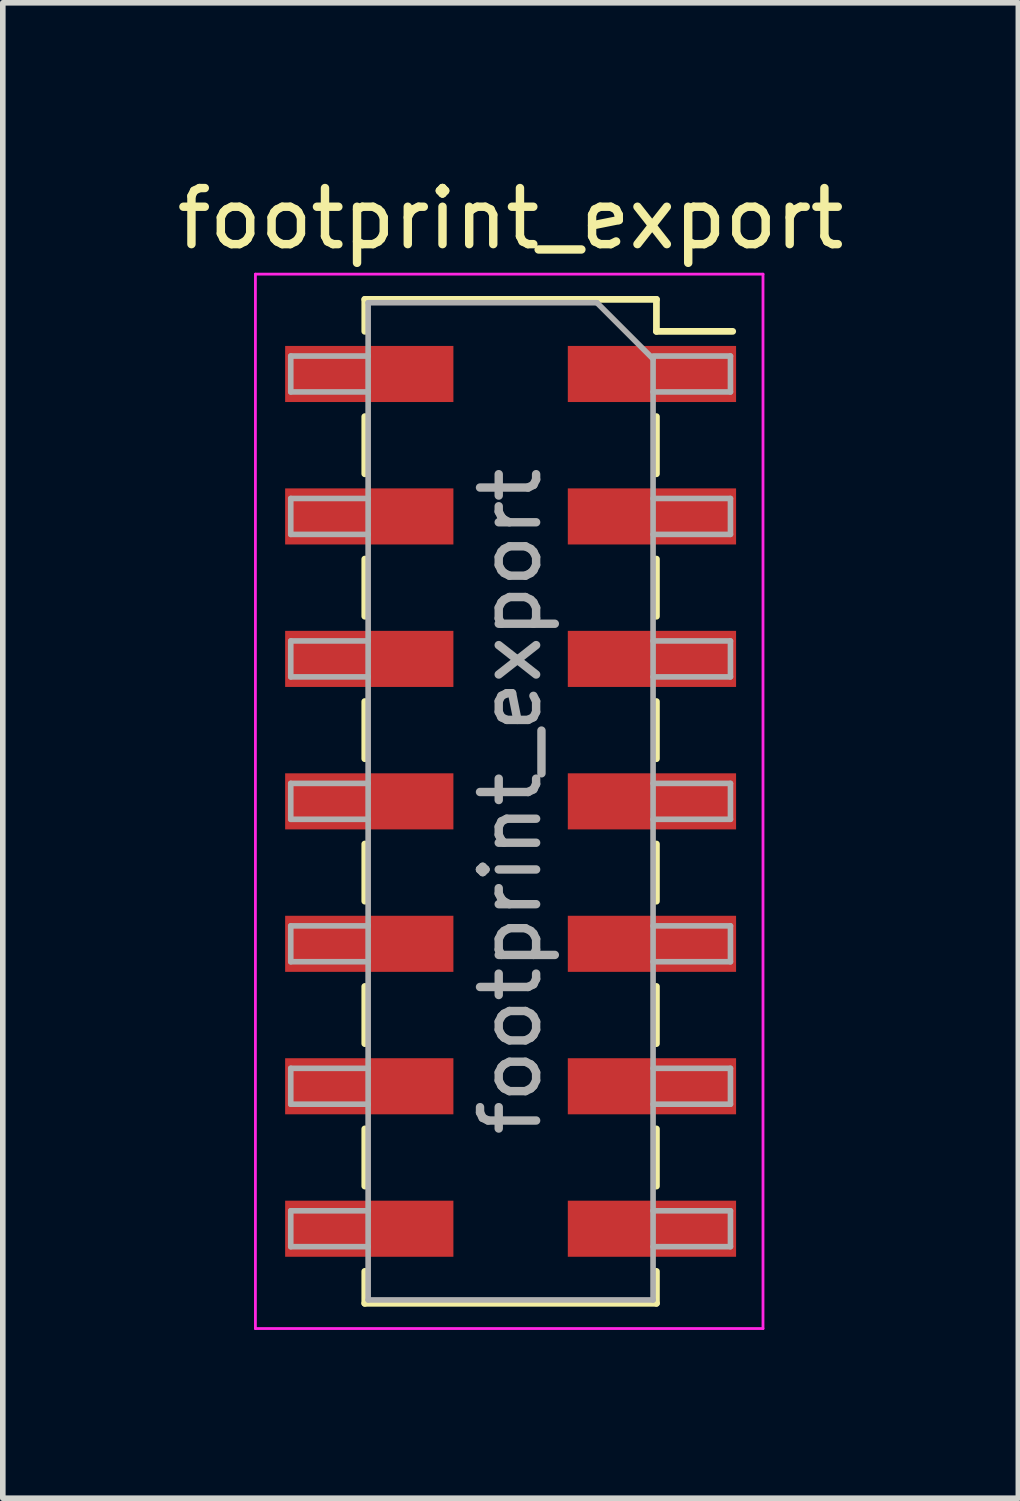
<source format=kicad_pcb>
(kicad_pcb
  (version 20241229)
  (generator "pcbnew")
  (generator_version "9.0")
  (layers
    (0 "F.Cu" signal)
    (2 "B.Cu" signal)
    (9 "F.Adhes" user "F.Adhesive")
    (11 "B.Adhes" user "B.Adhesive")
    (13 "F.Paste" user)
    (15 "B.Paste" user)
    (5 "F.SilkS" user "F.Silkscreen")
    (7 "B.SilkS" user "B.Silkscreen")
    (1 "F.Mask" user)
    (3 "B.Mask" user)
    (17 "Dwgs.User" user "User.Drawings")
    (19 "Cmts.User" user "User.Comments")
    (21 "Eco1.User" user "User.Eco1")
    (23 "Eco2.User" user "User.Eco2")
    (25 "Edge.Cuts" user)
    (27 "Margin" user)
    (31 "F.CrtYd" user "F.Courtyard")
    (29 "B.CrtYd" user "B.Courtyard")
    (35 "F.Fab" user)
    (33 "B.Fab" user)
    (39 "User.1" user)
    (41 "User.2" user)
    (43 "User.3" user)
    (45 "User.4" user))
  (footprint "footprint_export"
    (layer "F.Cu")
    (at 6.054 11.238)
    (property "Reference" "footprint_export" (at 0 -10.39 0) (layer "F.SilkS") (effects (font (size 1 1) (thickness 0.15))))
    (attr smd)
    (fp_line (start -2.6 -8.95) (end -2.6 -8.38) (stroke (width 0.12) (type solid)) (layer "F.SilkS"))
    (fp_line (start -2.6 -8.95) (end 2.6 -8.95) (stroke (width 0.12) (type solid)) (layer "F.SilkS"))
    (fp_line (start -2.6 -6.86) (end -2.6 -5.84) (stroke (width 0.12) (type solid)) (layer "F.SilkS"))
    (fp_line (start -2.6 -4.32) (end -2.6 -3.3) (stroke (width 0.12) (type solid)) (layer "F.SilkS"))
    (fp_line (start -2.6 -1.78) (end -2.6 -0.76) (stroke (width 0.12) (type solid)) (layer "F.SilkS"))
    (fp_line (start -2.6 0.76) (end -2.6 1.78) (stroke (width 0.12) (type solid)) (layer "F.SilkS"))
    (fp_line (start -2.6 3.3) (end -2.6 4.32) (stroke (width 0.12) (type solid)) (layer "F.SilkS"))
    (fp_line (start -2.6 5.84) (end -2.6 6.86) (stroke (width 0.12) (type solid)) (layer "F.SilkS"))
    (fp_line (start -2.6 8.38) (end -2.6 8.95) (stroke (width 0.12) (type solid)) (layer "F.SilkS"))
    (fp_line (start -2.6 8.95) (end 2.6 8.95) (stroke (width 0.12) (type solid)) (layer "F.SilkS"))
    (fp_line (start 2.6 -8.95) (end 2.6 -8.38) (stroke (width 0.12) (type solid)) (layer "F.SilkS"))
    (fp_line (start 2.6 -8.38) (end 3.96 -8.38) (stroke (width 0.12) (type solid)) (layer "F.SilkS"))
    (fp_line (start 2.6 -6.86) (end 2.6 -5.84) (stroke (width 0.12) (type solid)) (layer "F.SilkS"))
    (fp_line (start 2.6 -4.32) (end 2.6 -3.3) (stroke (width 0.12) (type solid)) (layer "F.SilkS"))
    (fp_line (start 2.6 -1.78) (end 2.6 -0.76) (stroke (width 0.12) (type solid)) (layer "F.SilkS"))
    (fp_line (start 2.6 0.76) (end 2.6 1.78) (stroke (width 0.12) (type solid)) (layer "F.SilkS"))
    (fp_line (start 2.6 3.3) (end 2.6 4.32) (stroke (width 0.12) (type solid)) (layer "F.SilkS"))
    (fp_line (start 2.6 5.84) (end 2.6 6.86) (stroke (width 0.12) (type solid)) (layer "F.SilkS"))
    (fp_line (start 2.6 8.38) (end 2.6 8.95) (stroke (width 0.12) (type solid)) (layer "F.SilkS"))
    (fp_line (start -4.55 -9.4) (end 4.5 -9.4) (stroke (width 0.05) (type solid)) (layer "F.CrtYd"))
    (fp_line (start -4.55 9.4) (end -4.55 -9.4) (stroke (width 0.05) (type solid)) (layer "F.CrtYd"))
    (fp_line (start 4.5 -9.4) (end 4.5 9.4) (stroke (width 0.05) (type solid)) (layer "F.CrtYd"))
    (fp_line (start 4.5 9.4) (end -4.55 9.4) (stroke (width 0.05) (type solid)) (layer "F.CrtYd"))
    (fp_line (start -3.92 -7.94) (end -2.54 -7.94) (stroke (width 0.1) (type solid)) (layer "F.Fab"))
    (fp_line (start -3.92 -7.3) (end -3.92 -7.94) (stroke (width 0.1) (type solid)) (layer "F.Fab"))
    (fp_line (start -3.92 -5.4) (end -2.54 -5.4) (stroke (width 0.1) (type solid)) (layer "F.Fab"))
    (fp_line (start -3.92 -4.76) (end -3.92 -5.4) (stroke (width 0.1) (type solid)) (layer "F.Fab"))
    (fp_line (start -3.92 -2.86) (end -2.54 -2.86) (stroke (width 0.1) (type solid)) (layer "F.Fab"))
    (fp_line (start -3.92 -2.22) (end -3.92 -2.86) (stroke (width 0.1) (type solid)) (layer "F.Fab"))
    (fp_line (start -3.92 -0.32) (end -2.54 -0.32) (stroke (width 0.1) (type solid)) (layer "F.Fab"))
    (fp_line (start -3.92 0.32) (end -3.92 -0.32) (stroke (width 0.1) (type solid)) (layer "F.Fab"))
    (fp_line (start -3.92 2.22) (end -2.54 2.22) (stroke (width 0.1) (type solid)) (layer "F.Fab"))
    (fp_line (start -3.92 2.86) (end -3.92 2.22) (stroke (width 0.1) (type solid)) (layer "F.Fab"))
    (fp_line (start -3.92 4.76) (end -2.54 4.76) (stroke (width 0.1) (type solid)) (layer "F.Fab"))
    (fp_line (start -3.92 5.4) (end -3.92 4.76) (stroke (width 0.1) (type solid)) (layer "F.Fab"))
    (fp_line (start -3.92 7.3) (end -2.54 7.3) (stroke (width 0.1) (type solid)) (layer "F.Fab"))
    (fp_line (start -3.92 7.94) (end -3.92 7.3) (stroke (width 0.1) (type solid)) (layer "F.Fab"))
    (fp_line (start -2.54 -8.89) (end 1.54 -8.89) (stroke (width 0.1) (type solid)) (layer "F.Fab"))
    (fp_line (start -2.54 -7.3) (end -3.92 -7.3) (stroke (width 0.1) (type solid)) (layer "F.Fab"))
    (fp_line (start -2.54 -4.76) (end -3.92 -4.76) (stroke (width 0.1) (type solid)) (layer "F.Fab"))
    (fp_line (start -2.54 -2.22) (end -3.92 -2.22) (stroke (width 0.1) (type solid)) (layer "F.Fab"))
    (fp_line (start -2.54 0.32) (end -3.92 0.32) (stroke (width 0.1) (type solid)) (layer "F.Fab"))
    (fp_line (start -2.54 2.86) (end -3.92 2.86) (stroke (width 0.1) (type solid)) (layer "F.Fab"))
    (fp_line (start -2.54 5.4) (end -3.92 5.4) (stroke (width 0.1) (type solid)) (layer "F.Fab"))
    (fp_line (start -2.54 7.94) (end -3.92 7.94) (stroke (width 0.1) (type solid)) (layer "F.Fab"))
    (fp_line (start -2.54 8.89) (end -2.54 -8.89) (stroke (width 0.1) (type solid)) (layer "F.Fab"))
    (fp_line (start 1.54 -8.89) (end 2.54 -7.89) (stroke (width 0.1) (type solid)) (layer "F.Fab"))
    (fp_line (start 2.54 -7.94) (end 3.92 -7.94) (stroke (width 0.1) (type solid)) (layer "F.Fab"))
    (fp_line (start 2.54 -7.89) (end 2.54 8.89) (stroke (width 0.1) (type solid)) (layer "F.Fab"))
    (fp_line (start 2.54 -5.4) (end 3.92 -5.4) (stroke (width 0.1) (type solid)) (layer "F.Fab"))
    (fp_line (start 2.54 -2.86) (end 3.92 -2.86) (stroke (width 0.1) (type solid)) (layer "F.Fab"))
    (fp_line (start 2.54 -0.32) (end 3.92 -0.32) (stroke (width 0.1) (type solid)) (layer "F.Fab"))
    (fp_line (start 2.54 2.22) (end 3.92 2.22) (stroke (width 0.1) (type solid)) (layer "F.Fab"))
    (fp_line (start 2.54 4.76) (end 3.92 4.76) (stroke (width 0.1) (type solid)) (layer "F.Fab"))
    (fp_line (start 2.54 7.3) (end 3.92 7.3) (stroke (width 0.1) (type solid)) (layer "F.Fab"))
    (fp_line (start 2.54 8.89) (end -2.54 8.89) (stroke (width 0.1) (type solid)) (layer "F.Fab"))
    (fp_line (start 3.92 -7.94) (end 3.92 -7.3) (stroke (width 0.1) (type solid)) (layer "F.Fab"))
    (fp_line (start 3.92 -7.3) (end 2.54 -7.3) (stroke (width 0.1) (type solid)) (layer "F.Fab"))
    (fp_line (start 3.92 -5.4) (end 3.92 -4.76) (stroke (width 0.1) (type solid)) (layer "F.Fab"))
    (fp_line (start 3.92 -4.76) (end 2.54 -4.76) (stroke (width 0.1) (type solid)) (layer "F.Fab"))
    (fp_line (start 3.92 -2.86) (end 3.92 -2.22) (stroke (width 0.1) (type solid)) (layer "F.Fab"))
    (fp_line (start 3.92 -2.22) (end 2.54 -2.22) (stroke (width 0.1) (type solid)) (layer "F.Fab"))
    (fp_line (start 3.92 -0.32) (end 3.92 0.32) (stroke (width 0.1) (type solid)) (layer "F.Fab"))
    (fp_line (start 3.92 0.32) (end 2.54 0.32) (stroke (width 0.1) (type solid)) (layer "F.Fab"))
    (fp_line (start 3.92 2.22) (end 3.92 2.86) (stroke (width 0.1) (type solid)) (layer "F.Fab"))
    (fp_line (start 3.92 2.86) (end 2.54 2.86) (stroke (width 0.1) (type solid)) (layer "F.Fab"))
    (fp_line (start 3.92 4.76) (end 3.92 5.4) (stroke (width 0.1) (type solid)) (layer "F.Fab"))
    (fp_line (start 3.92 5.4) (end 2.54 5.4) (stroke (width 0.1) (type solid)) (layer "F.Fab"))
    (fp_line (start 3.92 7.3) (end 3.92 7.94) (stroke (width 0.1) (type solid)) (layer "F.Fab"))
    (fp_line (start 3.92 7.94) (end 2.54 7.94) (stroke (width 0.1) (type solid)) (layer "F.Fab"))
    (fp_text user "${REFERENCE}" (at 0 0 90) (layer "F.Fab") (effects (font (size 1 1) (thickness 0.15))))
    (pad "1" smd rect (at 2.52 -7.62) (size 3 1) (layers "F.Cu" "F.Mask" "F.Paste"))
    (pad "2" smd rect (at -2.52 -7.62) (size 3 1) (layers "F.Cu" "F.Mask" "F.Paste"))
    (pad "3" smd rect (at 2.52 -5.08) (size 3 1) (layers "F.Cu" "F.Mask" "F.Paste"))
    (pad "4" smd rect (at -2.52 -5.08) (size 3 1) (layers "F.Cu" "F.Mask" "F.Paste"))
    (pad "5" smd rect (at 2.52 -2.54) (size 3 1) (layers "F.Cu" "F.Mask" "F.Paste"))
    (pad "6" smd rect (at -2.52 -2.54) (size 3 1) (layers "F.Cu" "F.Mask" "F.Paste"))
    (pad "7" smd rect (at 2.52 0) (size 3 1) (layers "F.Cu" "F.Mask" "F.Paste"))
    (pad "8" smd rect (at -2.52 0) (size 3 1) (layers "F.Cu" "F.Mask" "F.Paste"))
    (pad "9" smd rect (at 2.52 2.54) (size 3 1) (layers "F.Cu" "F.Mask" "F.Paste"))
    (pad "10" smd rect (at -2.52 2.54) (size 3 1) (layers "F.Cu" "F.Mask" "F.Paste"))
    (pad "11" smd rect (at 2.52 5.08) (size 3 1) (layers "F.Cu" "F.Mask" "F.Paste"))
    (pad "12" smd rect (at -2.52 5.08) (size 3 1) (layers "F.Cu" "F.Mask" "F.Paste"))
    (pad "13" smd rect (at 2.52 7.62) (size 3 1) (layers "F.Cu" "F.Mask" "F.Paste"))
    (pad "14" smd rect (at -2.52 7.62) (size 3 1) (layers "F.Cu" "F.Mask" "F.Paste")))
  (gr_rect
    (start -3 -3)
    (end 15.107 23.663)
    (stroke (width 0.1) (type default))
    (fill no)
    (layer "Edge.Cuts")))
</source>
